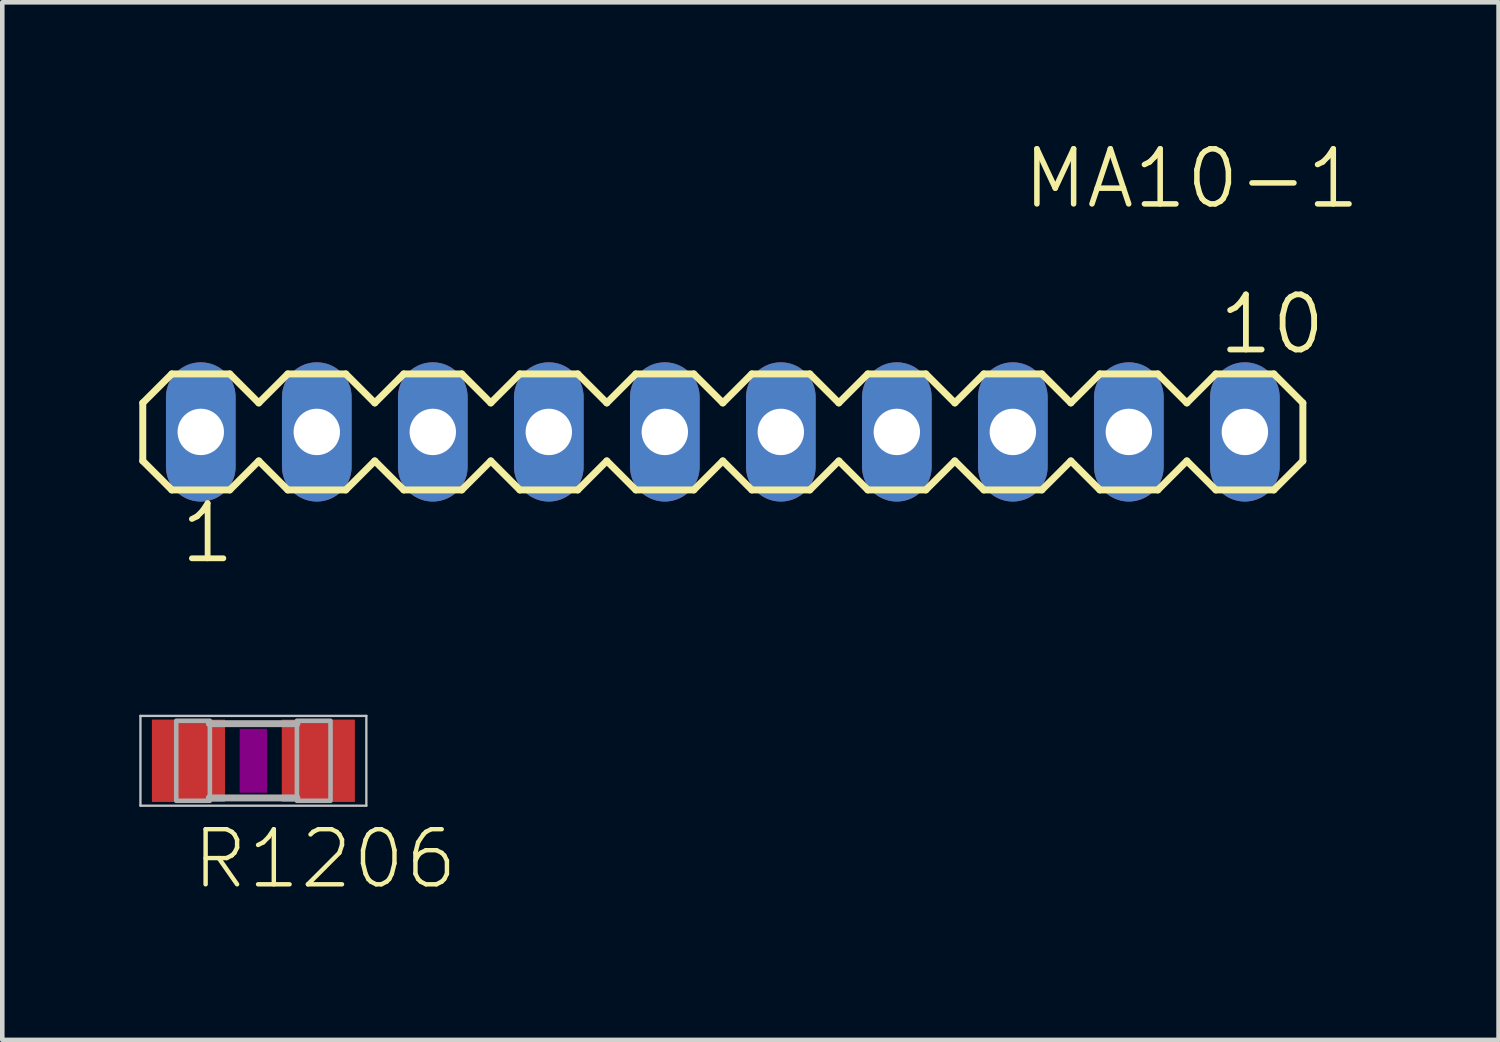
<source format=kicad_pcb>
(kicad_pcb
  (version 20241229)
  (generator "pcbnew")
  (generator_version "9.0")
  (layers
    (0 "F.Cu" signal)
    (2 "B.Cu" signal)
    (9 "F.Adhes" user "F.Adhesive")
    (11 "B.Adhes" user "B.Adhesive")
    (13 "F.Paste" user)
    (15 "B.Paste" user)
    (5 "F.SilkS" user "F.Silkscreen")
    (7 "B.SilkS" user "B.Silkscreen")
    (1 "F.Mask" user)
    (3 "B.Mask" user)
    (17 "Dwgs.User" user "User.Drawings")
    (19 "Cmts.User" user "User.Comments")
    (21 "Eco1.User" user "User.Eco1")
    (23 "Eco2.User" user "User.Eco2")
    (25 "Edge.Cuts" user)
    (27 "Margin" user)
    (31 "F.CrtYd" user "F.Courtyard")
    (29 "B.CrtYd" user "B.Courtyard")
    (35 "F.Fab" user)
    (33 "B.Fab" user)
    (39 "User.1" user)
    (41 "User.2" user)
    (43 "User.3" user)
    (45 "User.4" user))
  (footprint "R1206"
    (layer "F.Cu")
    (at 2.498 13.607)
    (property "Reference" "R1206" (at -1.397 2.857 0) (layer "F.SilkS") (effects (font (size 1.206 1.206) (thickness 0.097)) (justify left bottom)))
    (attr through_hole)
    (fp_poly (pts (xy -0.3 0.7) (xy 0.3 0.7) (xy 0.3 -0.7) (xy -0.3 -0.7)) (stroke (width 0) (type solid)) (fill yes) (layer "F.Adhes"))
    (fp_line (start -2.473 -0.983) (end 2.473 -0.983) (stroke (width 0.051) (type solid)) (layer "Dwgs.User"))
    (fp_line (start -2.473 0.983) (end -2.473 -0.983) (stroke (width 0.051) (type solid)) (layer "Dwgs.User"))
    (fp_line (start 2.473 -0.983) (end 2.473 0.983) (stroke (width 0.051) (type solid)) (layer "Dwgs.User"))
    (fp_line (start 2.473 0.983) (end -2.473 0.983) (stroke (width 0.051) (type solid)) (layer "Dwgs.User"))
    (fp_line (start 0.953 -0.813) (end -0.965 -0.813) (stroke (width 0.152) (type solid)) (layer "F.Fab"))
    (fp_line (start 0.953 0.813) (end -0.965 0.813) (stroke (width 0.152) (type solid)) (layer "F.Fab"))
    (fp_poly (pts (xy -1.689 0.876) (xy -0.953 0.876) (xy -0.953 -0.876) (xy -1.689 -0.876)) (stroke (width 0.1) (type solid)) (fill no) (layer "F.Fab"))
    (fp_poly (pts (xy 0.953 0.876) (xy 1.689 0.876) (xy 1.689 -0.876) (xy 0.953 -0.876)) (stroke (width 0.1) (type solid)) (fill no) (layer "F.Fab"))
    (pad "1" smd rect (at -1.422 0) (size 1.6 1.803) (layers "F.Cu" "F.Mask" "F.Paste"))
    (pad "2" smd rect (at 1.422 0) (size 1.6 1.803) (layers "F.Cu" "F.Mask" "F.Paste")))
  (footprint "MA10-1"
    (layer "F.Cu")
    (at 12.776 6.407)
    (property "Reference" "MA10-1" (at 6.51 -4.839 0) (layer "F.SilkS") (effects (font (size 1.206 1.206) (thickness 0.121)) (justify left bottom)))
    (attr through_hole)
    (fp_line (start -12.7 -0.635) (end -12.7 0.635) (stroke (width 0.152) (type solid)) (layer "F.SilkS"))
    (fp_line (start -12.7 0.635) (end -12.065 1.27) (stroke (width 0.152) (type solid)) (layer "F.SilkS"))
    (fp_line (start -12.065 -1.27) (end -12.7 -0.635) (stroke (width 0.152) (type solid)) (layer "F.SilkS"))
    (fp_line (start -12.065 -1.27) (end -10.795 -1.27) (stroke (width 0.152) (type solid)) (layer "F.SilkS"))
    (fp_line (start -10.795 -1.27) (end -10.16 -0.635) (stroke (width 0.152) (type solid)) (layer "F.SilkS"))
    (fp_line (start -10.795 1.27) (end -12.065 1.27) (stroke (width 0.152) (type solid)) (layer "F.SilkS"))
    (fp_line (start -10.16 -0.635) (end -9.525 -1.27) (stroke (width 0.152) (type solid)) (layer "F.SilkS"))
    (fp_line (start -10.16 0.635) (end -10.795 1.27) (stroke (width 0.152) (type solid)) (layer "F.SilkS"))
    (fp_line (start -9.525 -1.27) (end -8.255 -1.27) (stroke (width 0.152) (type solid)) (layer "F.SilkS"))
    (fp_line (start -9.525 1.27) (end -10.16 0.635) (stroke (width 0.152) (type solid)) (layer "F.SilkS"))
    (fp_line (start -8.255 -1.27) (end -7.62 -0.635) (stroke (width 0.152) (type solid)) (layer "F.SilkS"))
    (fp_line (start -8.255 1.27) (end -9.525 1.27) (stroke (width 0.152) (type solid)) (layer "F.SilkS"))
    (fp_line (start -7.62 -0.635) (end -6.985 -1.27) (stroke (width 0.152) (type solid)) (layer "F.SilkS"))
    (fp_line (start -7.62 0.635) (end -8.255 1.27) (stroke (width 0.152) (type solid)) (layer "F.SilkS"))
    (fp_line (start -6.985 -1.27) (end -5.715 -1.27) (stroke (width 0.152) (type solid)) (layer "F.SilkS"))
    (fp_line (start -6.985 1.27) (end -7.62 0.635) (stroke (width 0.152) (type solid)) (layer "F.SilkS"))
    (fp_line (start -5.715 -1.27) (end -5.08 -0.635) (stroke (width 0.152) (type solid)) (layer "F.SilkS"))
    (fp_line (start -5.715 1.27) (end -6.985 1.27) (stroke (width 0.152) (type solid)) (layer "F.SilkS"))
    (fp_line (start -5.08 0.635) (end -5.715 1.27) (stroke (width 0.152) (type solid)) (layer "F.SilkS"))
    (fp_line (start -5.08 0.635) (end -4.445 1.27) (stroke (width 0.152) (type solid)) (layer "F.SilkS"))
    (fp_line (start -4.445 -1.27) (end -5.08 -0.635) (stroke (width 0.152) (type solid)) (layer "F.SilkS"))
    (fp_line (start -4.445 -1.27) (end -3.175 -1.27) (stroke (width 0.152) (type solid)) (layer "F.SilkS"))
    (fp_line (start -3.175 -1.27) (end -2.54 -0.635) (stroke (width 0.152) (type solid)) (layer "F.SilkS"))
    (fp_line (start -3.175 1.27) (end -4.445 1.27) (stroke (width 0.152) (type solid)) (layer "F.SilkS"))
    (fp_line (start -2.54 0.635) (end -3.175 1.27) (stroke (width 0.152) (type solid)) (layer "F.SilkS"))
    (fp_line (start -2.54 0.635) (end -1.905 1.27) (stroke (width 0.152) (type solid)) (layer "F.SilkS"))
    (fp_line (start -1.905 -1.27) (end -2.54 -0.635) (stroke (width 0.152) (type solid)) (layer "F.SilkS"))
    (fp_line (start -1.905 -1.27) (end -0.635 -1.27) (stroke (width 0.152) (type solid)) (layer "F.SilkS"))
    (fp_line (start -0.635 -1.27) (end 0 -0.635) (stroke (width 0.152) (type solid)) (layer "F.SilkS"))
    (fp_line (start -0.635 1.27) (end -1.905 1.27) (stroke (width 0.152) (type solid)) (layer "F.SilkS"))
    (fp_line (start 0 -0.635) (end 0.635 -1.27) (stroke (width 0.152) (type solid)) (layer "F.SilkS"))
    (fp_line (start 0 0.635) (end -0.635 1.27) (stroke (width 0.152) (type solid)) (layer "F.SilkS"))
    (fp_line (start 0.635 -1.27) (end 1.905 -1.27) (stroke (width 0.152) (type solid)) (layer "F.SilkS"))
    (fp_line (start 0.635 1.27) (end 0 0.635) (stroke (width 0.152) (type solid)) (layer "F.SilkS"))
    (fp_line (start 1.905 -1.27) (end 2.54 -0.635) (stroke (width 0.152) (type solid)) (layer "F.SilkS"))
    (fp_line (start 1.905 1.27) (end 0.635 1.27) (stroke (width 0.152) (type solid)) (layer "F.SilkS"))
    (fp_line (start 2.54 -0.635) (end 3.175 -1.27) (stroke (width 0.152) (type solid)) (layer "F.SilkS"))
    (fp_line (start 2.54 0.635) (end 1.905 1.27) (stroke (width 0.152) (type solid)) (layer "F.SilkS"))
    (fp_line (start 3.175 -1.27) (end 4.445 -1.27) (stroke (width 0.152) (type solid)) (layer "F.SilkS"))
    (fp_line (start 3.175 1.27) (end 2.54 0.635) (stroke (width 0.152) (type solid)) (layer "F.SilkS"))
    (fp_line (start 4.445 -1.27) (end 5.08 -0.635) (stroke (width 0.152) (type solid)) (layer "F.SilkS"))
    (fp_line (start 4.445 1.27) (end 3.175 1.27) (stroke (width 0.152) (type solid)) (layer "F.SilkS"))
    (fp_line (start 5.08 0.635) (end 4.445 1.27) (stroke (width 0.152) (type solid)) (layer "F.SilkS"))
    (fp_line (start 5.08 0.635) (end 5.715 1.27) (stroke (width 0.152) (type solid)) (layer "F.SilkS"))
    (fp_line (start 5.715 -1.27) (end 5.08 -0.635) (stroke (width 0.152) (type solid)) (layer "F.SilkS"))
    (fp_line (start 5.715 -1.27) (end 6.985 -1.27) (stroke (width 0.152) (type solid)) (layer "F.SilkS"))
    (fp_line (start 6.985 -1.27) (end 7.62 -0.635) (stroke (width 0.152) (type solid)) (layer "F.SilkS"))
    (fp_line (start 6.985 1.27) (end 5.715 1.27) (stroke (width 0.152) (type solid)) (layer "F.SilkS"))
    (fp_line (start 7.62 0.635) (end 6.985 1.27) (stroke (width 0.152) (type solid)) (layer "F.SilkS"))
    (fp_line (start 7.62 0.635) (end 8.255 1.27) (stroke (width 0.152) (type solid)) (layer "F.SilkS"))
    (fp_line (start 8.255 -1.27) (end 7.62 -0.635) (stroke (width 0.152) (type solid)) (layer "F.SilkS"))
    (fp_line (start 8.255 -1.27) (end 9.525 -1.27) (stroke (width 0.152) (type solid)) (layer "F.SilkS"))
    (fp_line (start 9.525 -1.27) (end 10.16 -0.635) (stroke (width 0.152) (type solid)) (layer "F.SilkS"))
    (fp_line (start 9.525 1.27) (end 8.255 1.27) (stroke (width 0.152) (type solid)) (layer "F.SilkS"))
    (fp_line (start 10.16 -0.635) (end 10.795 -1.27) (stroke (width 0.152) (type solid)) (layer "F.SilkS"))
    (fp_line (start 10.16 0.635) (end 9.525 1.27) (stroke (width 0.152) (type solid)) (layer "F.SilkS"))
    (fp_line (start 10.795 -1.27) (end 12.065 -1.27) (stroke (width 0.152) (type solid)) (layer "F.SilkS"))
    (fp_line (start 10.795 1.27) (end 10.16 0.635) (stroke (width 0.152) (type solid)) (layer "F.SilkS"))
    (fp_line (start 12.065 -1.27) (end 12.7 -0.635) (stroke (width 0.152) (type solid)) (layer "F.SilkS"))
    (fp_line (start 12.065 1.27) (end 10.795 1.27) (stroke (width 0.152) (type solid)) (layer "F.SilkS"))
    (fp_line (start 12.7 -0.635) (end 12.7 0.635) (stroke (width 0.152) (type solid)) (layer "F.SilkS"))
    (fp_line (start 12.7 0.635) (end 12.065 1.27) (stroke (width 0.152) (type solid)) (layer "F.SilkS"))
    (fp_poly (pts (xy -11.684 0.254) (xy -11.176 0.254) (xy -11.176 -0.254) (xy -11.684 -0.254)) (stroke (width 0.1) (type solid)) (fill no) (layer "F.Fab"))
    (fp_poly (pts (xy -9.144 0.254) (xy -8.636 0.254) (xy -8.636 -0.254) (xy -9.144 -0.254)) (stroke (width 0.1) (type solid)) (fill no) (layer "F.Fab"))
    (fp_poly (pts (xy -6.604 0.254) (xy -6.096 0.254) (xy -6.096 -0.254) (xy -6.604 -0.254)) (stroke (width 0.1) (type solid)) (fill no) (layer "F.Fab"))
    (fp_poly (pts (xy -4.064 0.254) (xy -3.556 0.254) (xy -3.556 -0.254) (xy -4.064 -0.254)) (stroke (width 0.1) (type solid)) (fill no) (layer "F.Fab"))
    (fp_poly (pts (xy -1.524 0.254) (xy -1.016 0.254) (xy -1.016 -0.254) (xy -1.524 -0.254)) (stroke (width 0.1) (type solid)) (fill no) (layer "F.Fab"))
    (fp_poly (pts (xy 1.016 0.254) (xy 1.524 0.254) (xy 1.524 -0.254) (xy 1.016 -0.254)) (stroke (width 0.1) (type solid)) (fill no) (layer "F.Fab"))
    (fp_poly (pts (xy 3.556 0.254) (xy 4.064 0.254) (xy 4.064 -0.254) (xy 3.556 -0.254)) (stroke (width 0.1) (type solid)) (fill no) (layer "F.Fab"))
    (fp_poly (pts (xy 6.096 0.254) (xy 6.604 0.254) (xy 6.604 -0.254) (xy 6.096 -0.254)) (stroke (width 0.1) (type solid)) (fill no) (layer "F.Fab"))
    (fp_poly (pts (xy 8.636 0.254) (xy 9.144 0.254) (xy 9.144 -0.254) (xy 8.636 -0.254)) (stroke (width 0.1) (type solid)) (fill no) (layer "F.Fab"))
    (fp_poly (pts (xy 11.176 0.254) (xy 11.684 0.254) (xy 11.684 -0.254) (xy 11.176 -0.254)) (stroke (width 0.1) (type solid)) (fill no) (layer "F.Fab"))
    (fp_text user "1" (at -11.938 2.921 0) (layer "F.SilkS") (effects (font (size 1.206 1.206) (thickness 0.127)) (justify left bottom)))
    (fp_text user "10" (at 10.795 -1.651 0) (layer "F.SilkS") (effects (font (size 1.206 1.206) (thickness 0.127)) (justify left bottom)))
    (pad "1" thru_hole oval (at -11.43 0 90) (size 3.048 1.524) (drill 1.016) (layers "*.Cu" "*.Mask"))
    (pad "2" thru_hole oval (at -8.89 0 90) (size 3.048 1.524) (drill 1.016) (layers "*.Cu" "*.Mask"))
    (pad "3" thru_hole oval (at -6.35 0 90) (size 3.048 1.524) (drill 1.016) (layers "*.Cu" "*.Mask"))
    (pad "4" thru_hole oval (at -3.81 0 90) (size 3.048 1.524) (drill 1.016) (layers "*.Cu" "*.Mask"))
    (pad "5" thru_hole oval (at -1.27 0 90) (size 3.048 1.524) (drill 1.016) (layers "*.Cu" "*.Mask"))
    (pad "6" thru_hole oval (at 1.27 0 90) (size 3.048 1.524) (drill 1.016) (layers "*.Cu" "*.Mask"))
    (pad "7" thru_hole oval (at 3.81 0 90) (size 3.048 1.524) (drill 1.016) (layers "*.Cu" "*.Mask"))
    (pad "8" thru_hole oval (at 6.35 0 90) (size 3.048 1.524) (drill 1.016) (layers "*.Cu" "*.Mask"))
    (pad "9" thru_hole oval (at 8.89 0 90) (size 3.048 1.524) (drill 1.016) (layers "*.Cu" "*.Mask"))
    (pad "10" thru_hole oval (at 11.43 0 90) (size 3.048 1.524) (drill 1.016) (layers "*.Cu" "*.Mask")))
  (gr_rect
    (start -3 -3)
    (end 29.761 19.718)
    (stroke (width 0.1) (type default))
    (fill no)
    (layer "Edge.Cuts")))
</source>
